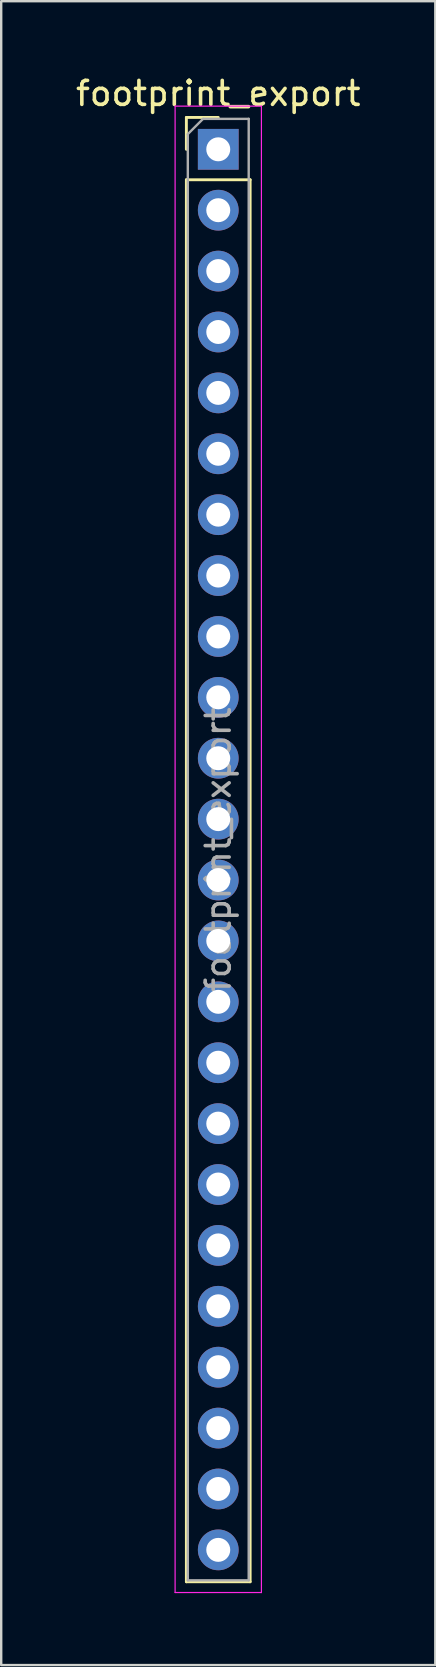
<source format=kicad_pcb>
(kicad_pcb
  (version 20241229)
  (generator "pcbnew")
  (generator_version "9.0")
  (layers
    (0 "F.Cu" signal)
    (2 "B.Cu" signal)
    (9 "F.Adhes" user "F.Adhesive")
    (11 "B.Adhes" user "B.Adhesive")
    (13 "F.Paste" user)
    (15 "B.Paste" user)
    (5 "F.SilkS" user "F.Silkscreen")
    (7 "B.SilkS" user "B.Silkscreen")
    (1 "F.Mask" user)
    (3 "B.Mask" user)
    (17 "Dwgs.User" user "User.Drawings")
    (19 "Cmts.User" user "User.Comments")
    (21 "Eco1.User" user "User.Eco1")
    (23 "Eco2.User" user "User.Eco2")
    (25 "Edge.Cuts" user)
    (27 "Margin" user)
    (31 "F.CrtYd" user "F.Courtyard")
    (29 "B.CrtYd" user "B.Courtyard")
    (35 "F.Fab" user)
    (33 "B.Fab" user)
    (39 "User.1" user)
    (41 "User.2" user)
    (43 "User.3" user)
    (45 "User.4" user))
  (footprint "footprint_export"
    (layer "F.Cu")
    (at 6.054 3.178)
    (property "Reference" "footprint_export" (at 0 -2.33 0) (layer "F.SilkS") (effects (font (size 1 1) (thickness 0.15))))
    (attr through_hole)
    (fp_line (start -1.33 -1.33) (end 0 -1.33) (stroke (width 0.12) (type solid)) (layer "F.SilkS"))
    (fp_line (start -1.33 0) (end -1.33 -1.33) (stroke (width 0.12) (type solid)) (layer "F.SilkS"))
    (fp_line (start -1.33 1.27) (end -1.33 59.75) (stroke (width 0.12) (type solid)) (layer "F.SilkS"))
    (fp_line (start -1.33 1.27) (end 1.33 1.27) (stroke (width 0.12) (type solid)) (layer "F.SilkS"))
    (fp_line (start -1.33 59.75) (end 1.33 59.75) (stroke (width 0.12) (type solid)) (layer "F.SilkS"))
    (fp_line (start 1.33 1.27) (end 1.33 59.75) (stroke (width 0.12) (type solid)) (layer "F.SilkS"))
    (fp_line (start -1.8 -1.8) (end -1.8 60.2) (stroke (width 0.05) (type solid)) (layer "F.CrtYd"))
    (fp_line (start -1.8 60.2) (end 1.8 60.2) (stroke (width 0.05) (type solid)) (layer "F.CrtYd"))
    (fp_line (start 1.8 -1.8) (end -1.8 -1.8) (stroke (width 0.05) (type solid)) (layer "F.CrtYd"))
    (fp_line (start 1.8 60.2) (end 1.8 -1.8) (stroke (width 0.05) (type solid)) (layer "F.CrtYd"))
    (fp_line (start -1.27 -0.635) (end -0.635 -1.27) (stroke (width 0.1) (type solid)) (layer "F.Fab"))
    (fp_line (start -1.27 59.69) (end -1.27 -0.635) (stroke (width 0.1) (type solid)) (layer "F.Fab"))
    (fp_line (start -0.635 -1.27) (end 1.27 -1.27) (stroke (width 0.1) (type solid)) (layer "F.Fab"))
    (fp_line (start 1.27 -1.27) (end 1.27 59.69) (stroke (width 0.1) (type solid)) (layer "F.Fab"))
    (fp_line (start 1.27 59.69) (end -1.27 59.69) (stroke (width 0.1) (type solid)) (layer "F.Fab"))
    (fp_text user "${REFERENCE}" (at 0 29.21 90) (layer "F.Fab") (effects (font (size 1 1) (thickness 0.15))))
    (pad "1" thru_hole rect (at 0 0) (size 1.7 1.7) (drill 1) (layers "*.Cu" "*.Mask"))
    (pad "2" thru_hole oval (at 0 2.54) (size 1.7 1.7) (drill 1) (layers "*.Cu" "*.Mask"))
    (pad "3" thru_hole oval (at 0 5.08) (size 1.7 1.7) (drill 1) (layers "*.Cu" "*.Mask"))
    (pad "4" thru_hole oval (at 0 7.62) (size 1.7 1.7) (drill 1) (layers "*.Cu" "*.Mask"))
    (pad "5" thru_hole oval (at 0 10.16) (size 1.7 1.7) (drill 1) (layers "*.Cu" "*.Mask"))
    (pad "6" thru_hole oval (at 0 12.7) (size 1.7 1.7) (drill 1) (layers "*.Cu" "*.Mask"))
    (pad "7" thru_hole oval (at 0 15.24) (size 1.7 1.7) (drill 1) (layers "*.Cu" "*.Mask"))
    (pad "8" thru_hole oval (at 0 17.78) (size 1.7 1.7) (drill 1) (layers "*.Cu" "*.Mask"))
    (pad "9" thru_hole oval (at 0 20.32) (size 1.7 1.7) (drill 1) (layers "*.Cu" "*.Mask"))
    (pad "10" thru_hole oval (at 0 22.86) (size 1.7 1.7) (drill 1) (layers "*.Cu" "*.Mask"))
    (pad "11" thru_hole oval (at 0 25.4) (size 1.7 1.7) (drill 1) (layers "*.Cu" "*.Mask"))
    (pad "12" thru_hole oval (at 0 27.94) (size 1.7 1.7) (drill 1) (layers "*.Cu" "*.Mask"))
    (pad "13" thru_hole oval (at 0 30.48) (size 1.7 1.7) (drill 1) (layers "*.Cu" "*.Mask"))
    (pad "14" thru_hole oval (at 0 33.02) (size 1.7 1.7) (drill 1) (layers "*.Cu" "*.Mask"))
    (pad "15" thru_hole oval (at 0 35.56) (size 1.7 1.7) (drill 1) (layers "*.Cu" "*.Mask"))
    (pad "16" thru_hole oval (at 0 38.1) (size 1.7 1.7) (drill 1) (layers "*.Cu" "*.Mask"))
    (pad "17" thru_hole oval (at 0 40.64) (size 1.7 1.7) (drill 1) (layers "*.Cu" "*.Mask"))
    (pad "18" thru_hole oval (at 0 43.18) (size 1.7 1.7) (drill 1) (layers "*.Cu" "*.Mask"))
    (pad "19" thru_hole oval (at 0 45.72) (size 1.7 1.7) (drill 1) (layers "*.Cu" "*.Mask"))
    (pad "20" thru_hole oval (at 0 48.26) (size 1.7 1.7) (drill 1) (layers "*.Cu" "*.Mask"))
    (pad "21" thru_hole oval (at 0 50.8) (size 1.7 1.7) (drill 1) (layers "*.Cu" "*.Mask"))
    (pad "22" thru_hole oval (at 0 53.34) (size 1.7 1.7) (drill 1) (layers "*.Cu" "*.Mask"))
    (pad "23" thru_hole oval (at 0 55.88) (size 1.7 1.7) (drill 1) (layers "*.Cu" "*.Mask"))
    (pad "24" thru_hole oval (at 0 58.42) (size 1.7 1.7) (drill 1) (layers "*.Cu" "*.Mask")))
  (gr_rect
    (start -3 -3)
    (end 15.107 66.403)
    (stroke (width 0.1) (type default))
    (fill no)
    (layer "Edge.Cuts")))
</source>
